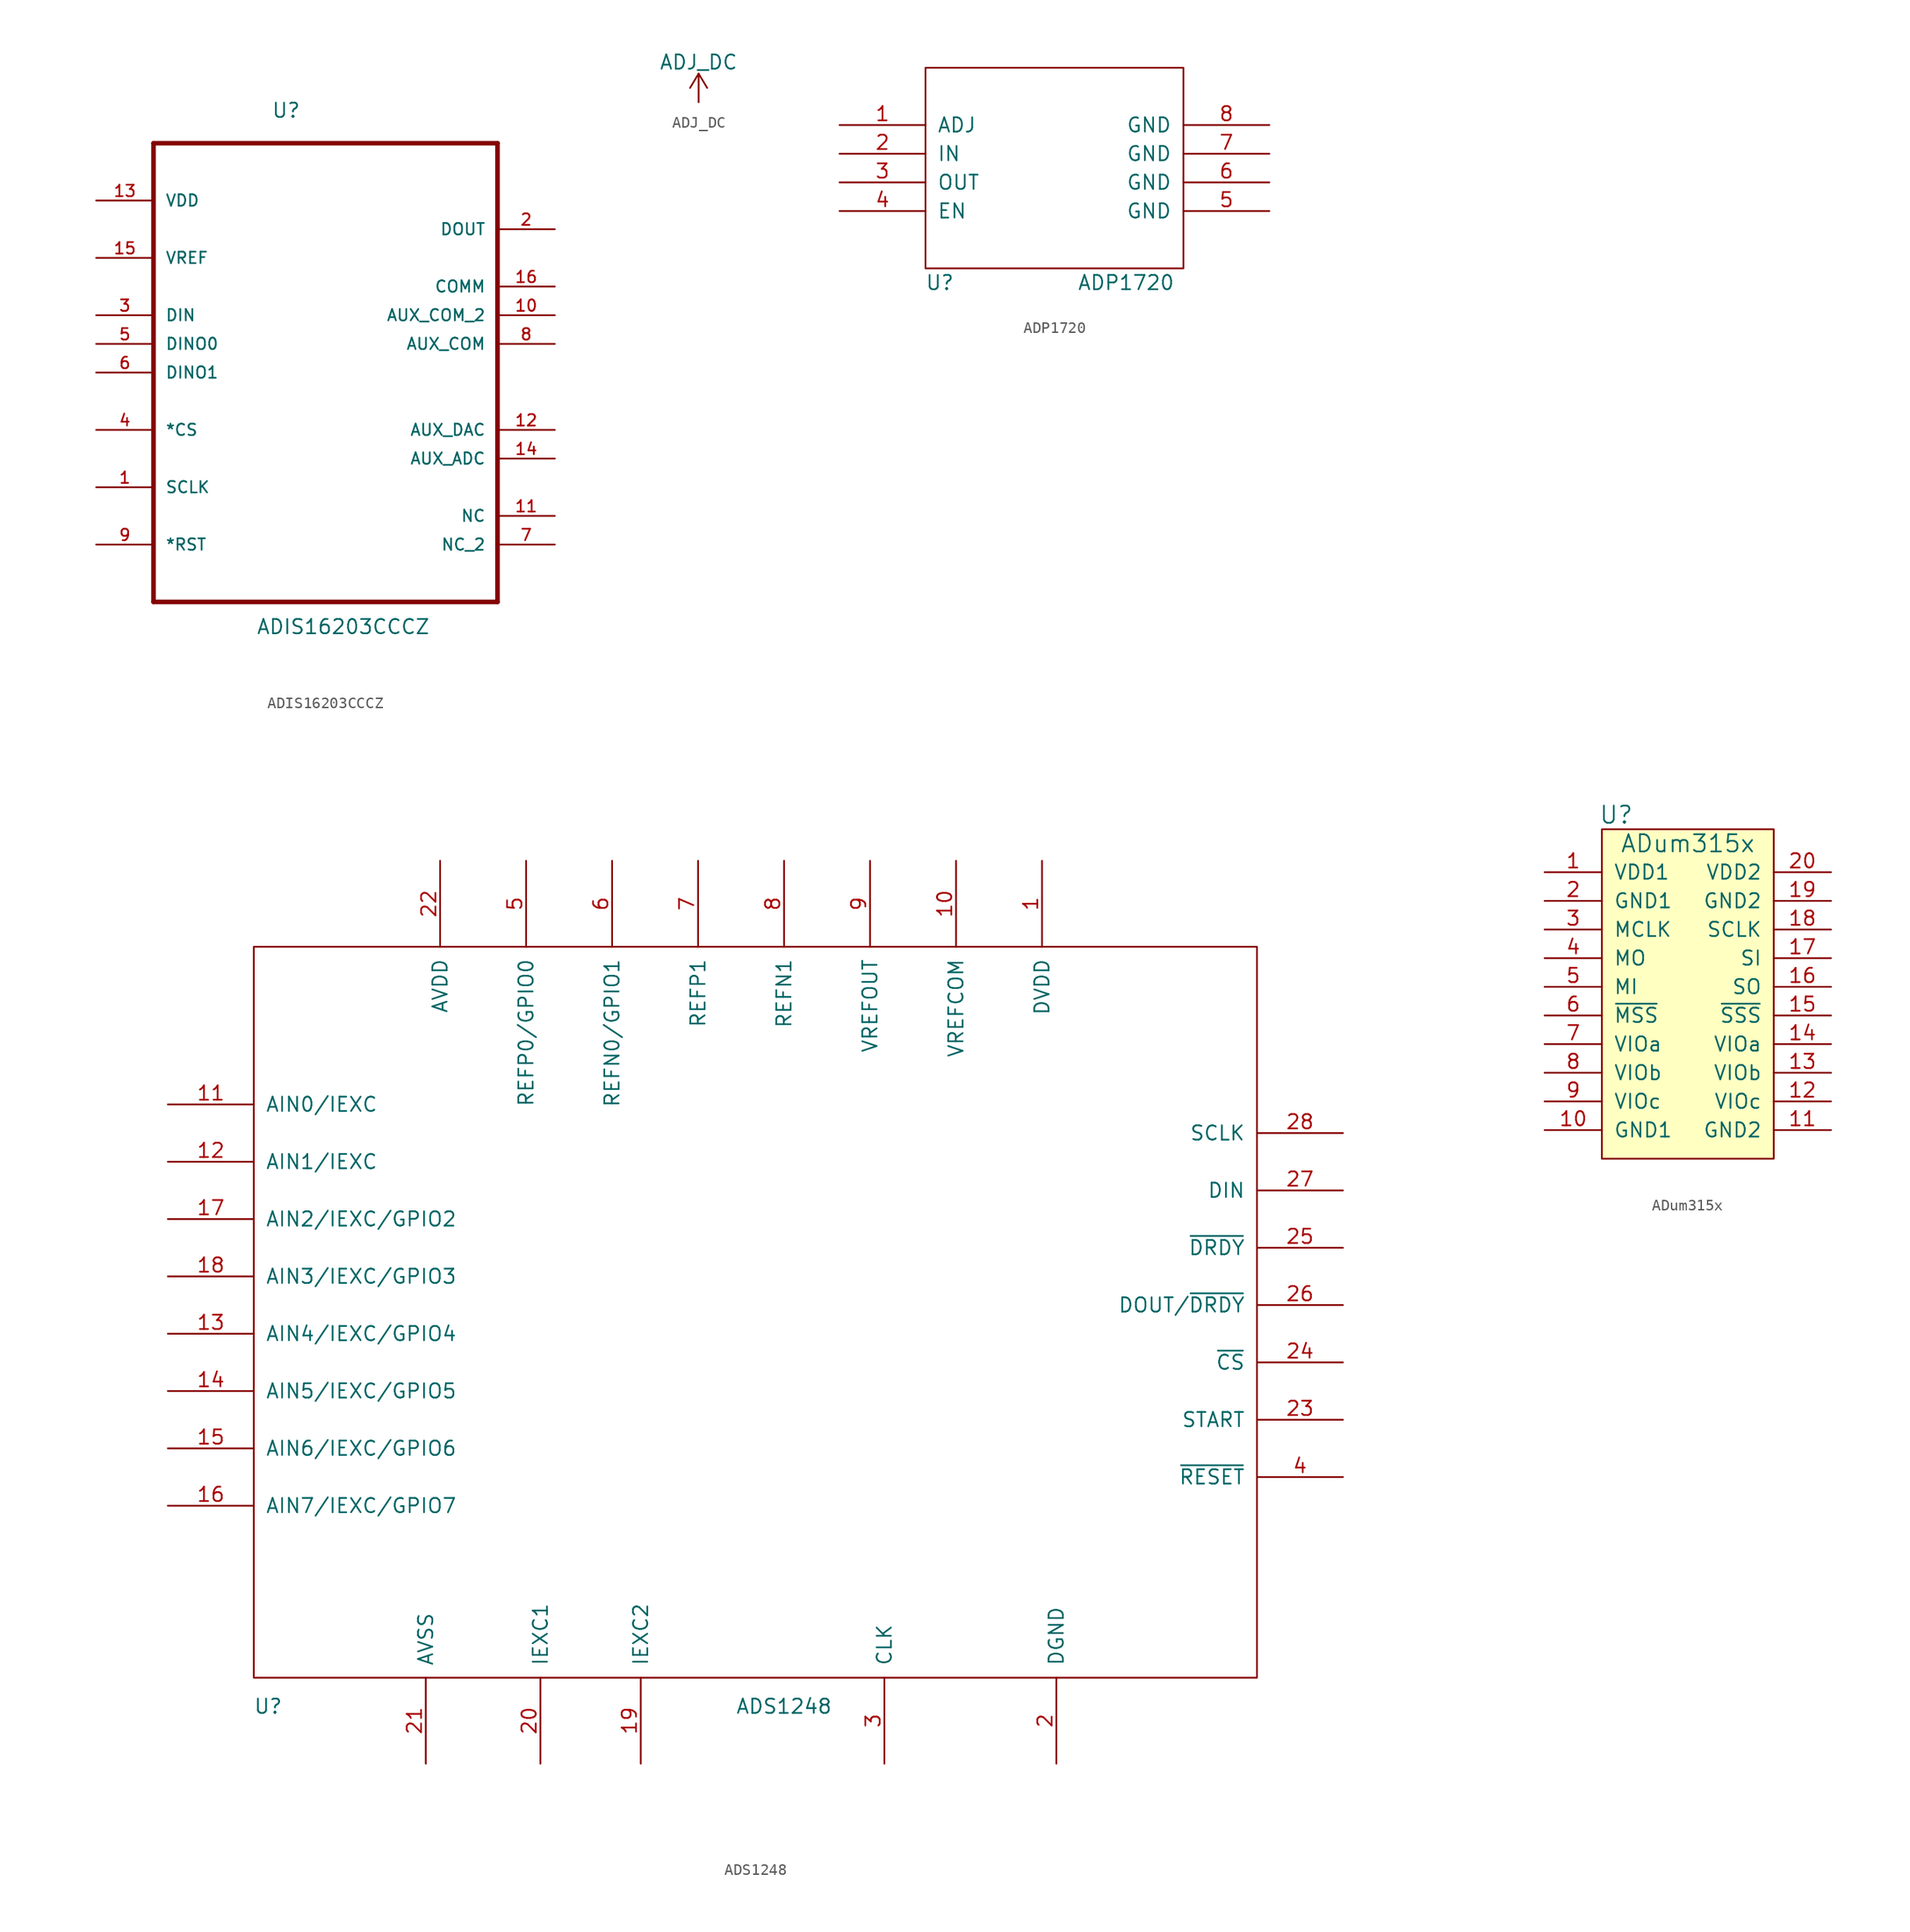
<source format=kicad_sym>
(kicad_symbol_lib
  (version 20211014)
  (generator kicad_symbol_editor)
  (symbol "ADIS16203CCCZ"
    (pin_names
      (offset 1.016))
    (property "Reference" "U"
      (at -4.801 19.939 0)
      (effects (font (size 1.27 1.27)) (justify left bottom)))
    (property "Value" "ADIS16203CCCZ"
      (at -6.147 -25.806 0)
      (effects (font (size 1.27 1.27)) (justify left bottom)))
    (symbol "ADIS16203CCCZ_0_0"
      (polyline (pts (xy -15.24 -22.86) (xy 15.24 -22.86)) (stroke (width 0.406) (type default) (color 0 0 0 0)) (fill (type none)))
      (polyline (pts (xy -15.24 17.78) (xy -15.24 -22.86)) (stroke (width 0.406) (type default) (color 0 0 0 0)) (fill (type none)))
      (polyline (pts (xy 15.24 -22.86) (xy 15.24 17.78)) (stroke (width 0.406) (type default) (color 0 0 0 0)) (fill (type none)))
      (polyline (pts (xy 15.24 17.78) (xy -15.24 17.78)) (stroke (width 0.406) (type default) (color 0 0 0 0)) (fill (type none)))
      (pin passive line (at -20.32 -12.7 0) (length 5.08) (name "SCLK" (effects (font (size 1.016 1.016)))) (number "1" (effects (font (size 1.016 1.016)))))
      (pin passive line (at 20.32 2.54 180) (length 5.08) (name "AUX_COM_2" (effects (font (size 1.016 1.016)))) (number "10" (effects (font (size 1.016 1.016)))))
      (pin passive line (at 20.32 -15.24 180) (length 5.08) (name "NC" (effects (font (size 1.016 1.016)))) (number "11" (effects (font (size 1.016 1.016)))))
      (pin passive line (at 20.32 -7.62 180) (length 5.08) (name "AUX_DAC" (effects (font (size 1.016 1.016)))) (number "12" (effects (font (size 1.016 1.016)))))
      (pin passive line (at -20.32 12.7 0) (length 5.08) (name "VDD" (effects (font (size 1.016 1.016)))) (number "13" (effects (font (size 1.016 1.016)))))
      (pin passive line (at 20.32 -10.16 180) (length 5.08) (name "AUX_ADC" (effects (font (size 1.016 1.016)))) (number "14" (effects (font (size 1.016 1.016)))))
      (pin passive line (at -20.32 7.62 0) (length 5.08) (name "VREF" (effects (font (size 1.016 1.016)))) (number "15" (effects (font (size 1.016 1.016)))))
      (pin passive line (at 20.32 5.08 180) (length 5.08) (name "COMM" (effects (font (size 1.016 1.016)))) (number "16" (effects (font (size 1.016 1.016)))))
      (pin passive line (at 20.32 10.16 180) (length 5.08) (name "DOUT" (effects (font (size 1.016 1.016)))) (number "2" (effects (font (size 1.016 1.016)))))
      (pin passive line (at -20.32 2.54 0) (length 5.08) (name "DIN" (effects (font (size 1.016 1.016)))) (number "3" (effects (font (size 1.016 1.016)))))
      (pin passive line (at -20.32 -7.62 0) (length 5.08) (name "*CS" (effects (font (size 1.016 1.016)))) (number "4" (effects (font (size 1.016 1.016)))))
      (pin passive line (at -20.32 0 0) (length 5.08) (name "DINO0" (effects (font (size 1.016 1.016)))) (number "5" (effects (font (size 1.016 1.016)))))
      (pin passive line (at -20.32 -2.54 0) (length 5.08) (name "DINO1" (effects (font (size 1.016 1.016)))) (number "6" (effects (font (size 1.016 1.016)))))
      (pin passive line (at 20.32 -17.78 180) (length 5.08) (name "NC_2" (effects (font (size 1.016 1.016)))) (number "7" (effects (font (size 1.016 1.016)))))
      (pin passive line (at 20.32 0 180) (length 5.08) (name "AUX_COM" (effects (font (size 1.016 1.016)))) (number "8" (effects (font (size 1.016 1.016)))))
      (pin passive line (at -20.32 -17.78 0) (length 5.08) (name "*RST" (effects (font (size 1.016 1.016)))) (number "9" (effects (font (size 1.016 1.016)))))))
  (symbol "ADJ_DC"
    (power)
    (pin_names
      (offset 0))
    (property "Reference" "#PWR"
      (at 0 -3.81 0)
      (effects (font (size 1.27 1.27)) hide))
    (property "Value" "ADJ_DC"
      (at 0 3.556 0)
      (effects (font (size 1.27 1.27))))
    (property "Footprint" ""
      (at 0 0 0)
      (effects (font (size 1.27 1.27))))
    (property "Datasheet" ""
      (at 0 0 0)
      (effects (font (size 1.27 1.27))))
    (symbol "ADJ_DC_0_1"
      (polyline (pts (xy -0.762 1.27) (xy 0 2.54)) (stroke (width 0) (type default) (color 0 0 0 0)) (fill (type none)))
      (polyline (pts (xy 0 0) (xy 0 2.54)) (stroke (width 0) (type default) (color 0 0 0 0)) (fill (type none)))
      (polyline (pts (xy 0 2.54) (xy 0.762 1.27)) (stroke (width 0) (type default) (color 0 0 0 0)) (fill (type none))))
    (symbol "ADJ_DC_1_1"
      (pin power_in line (at 0 0 90) (length 0) hide (name "ADJ_DC" (effects (font (size 1.27 1.27)))) (number "1" (effects (font (size 1.27 1.27)))))))
  (symbol "ADP1720"
    (pin_names
      (offset 1.016))
    (property "Reference" "U"
      (at -10.16 -10.16 0)
      (effects (font (size 1.27 1.27))))
    (property "Value" "ADP1720"
      (at 6.35 -10.16 0)
      (effects (font (size 1.27 1.27))))
    (symbol "ADP1720_1_0"
      (rectangle (start -11.43 -8.89) (end 11.43 8.89) (stroke (width 0) (type default) (color 0 0 0 0)) (fill (type none))))
    (symbol "ADP1720_1_1"
      (pin input line (at -19.05 3.81 0) (length 7.62) (name "ADJ" (effects (font (size 1.27 1.27)))) (number "1" (effects (font (size 1.27 1.27)))))
      (pin input line (at -19.05 1.27 0) (length 7.62) (name "IN" (effects (font (size 1.27 1.27)))) (number "2" (effects (font (size 1.27 1.27)))))
      (pin input line (at -19.05 -1.27 0) (length 7.62) (name "OUT" (effects (font (size 1.27 1.27)))) (number "3" (effects (font (size 1.27 1.27)))))
      (pin input line (at -19.05 -3.81 0) (length 7.62) (name "EN" (effects (font (size 1.27 1.27)))) (number "4" (effects (font (size 1.27 1.27)))))
      (pin input line (at 19.05 -3.81 180) (length 7.62) (name "GND" (effects (font (size 1.27 1.27)))) (number "5" (effects (font (size 1.27 1.27)))))
      (pin input line (at 19.05 -1.27 180) (length 7.62) (name "GND" (effects (font (size 1.27 1.27)))) (number "6" (effects (font (size 1.27 1.27)))))
      (pin input line (at 19.05 1.27 180) (length 7.62) (name "GND" (effects (font (size 1.27 1.27)))) (number "7" (effects (font (size 1.27 1.27)))))
      (pin input line (at 19.05 3.81 180) (length 7.62) (name "GND" (effects (font (size 1.27 1.27)))) (number "8" (effects (font (size 1.27 1.27)))))))
  (symbol "ADS1248"
    (pin_names
      (offset 1.016))
    (property "Reference" "U"
      (at -41.91 -38.1 0)
      (effects (font (size 1.27 1.27))))
    (property "Value" "ADS1248"
      (at 3.81 -38.1 0)
      (effects (font (size 1.27 1.27))))
    (symbol "ADS1248_1_0"
      (rectangle (start -43.18 -35.56) (end 45.72 29.21) (stroke (width 0) (type default) (color 0 0 0 0)) (fill (type none))))
    (symbol "ADS1248_1_1"
      (pin input line (at 26.67 36.83 270) (length 7.62) (name "DVDD" (effects (font (size 1.27 1.27)))) (number "1" (effects (font (size 1.27 1.27)))))
      (pin input line (at 19.05 36.83 270) (length 7.62) (name "VREFCOM" (effects (font (size 1.27 1.27)))) (number "10" (effects (font (size 1.27 1.27)))))
      (pin input line (at -50.8 15.24 0) (length 7.62) (name "AIN0/IEXC" (effects (font (size 1.27 1.27)))) (number "11" (effects (font (size 1.27 1.27)))))
      (pin input line (at -50.8 10.16 0) (length 7.62) (name "AIN1/IEXC" (effects (font (size 1.27 1.27)))) (number "12" (effects (font (size 1.27 1.27)))))
      (pin input line (at -50.8 -5.08 0) (length 7.62) (name "AIN4/IEXC/GPIO4" (effects (font (size 1.27 1.27)))) (number "13" (effects (font (size 1.27 1.27)))))
      (pin input line (at -50.8 -10.16 0) (length 7.62) (name "AIN5/IEXC/GPIO5" (effects (font (size 1.27 1.27)))) (number "14" (effects (font (size 1.27 1.27)))))
      (pin input line (at -50.8 -15.24 0) (length 7.62) (name "AIN6/IEXC/GPIO6" (effects (font (size 1.27 1.27)))) (number "15" (effects (font (size 1.27 1.27)))))
      (pin input line (at -50.8 -20.32 0) (length 7.62) (name "AIN7/IEXC/GPIO7" (effects (font (size 1.27 1.27)))) (number "16" (effects (font (size 1.27 1.27)))))
      (pin input line (at -50.8 5.08 0) (length 7.62) (name "AIN2/IEXC/GPIO2" (effects (font (size 1.27 1.27)))) (number "17" (effects (font (size 1.27 1.27)))))
      (pin input line (at -50.8 0 0) (length 7.62) (name "AIN3/IEXC/GPIO3" (effects (font (size 1.27 1.27)))) (number "18" (effects (font (size 1.27 1.27)))))
      (pin input line (at -8.89 -43.18 90) (length 7.62) (name "IEXC2" (effects (font (size 1.27 1.27)))) (number "19" (effects (font (size 1.27 1.27)))))
      (pin input line (at 27.94 -43.18 90) (length 7.62) (name "DGND" (effects (font (size 1.27 1.27)))) (number "2" (effects (font (size 1.27 1.27)))))
      (pin input line (at -17.78 -43.18 90) (length 7.62) (name "IEXC1" (effects (font (size 1.27 1.27)))) (number "20" (effects (font (size 1.27 1.27)))))
      (pin input line (at -27.94 -43.18 90) (length 7.62) (name "AVSS" (effects (font (size 1.27 1.27)))) (number "21" (effects (font (size 1.27 1.27)))))
      (pin input line (at -26.67 36.83 270) (length 7.62) (name "AVDD" (effects (font (size 1.27 1.27)))) (number "22" (effects (font (size 1.27 1.27)))))
      (pin input line (at 53.34 -12.7 180) (length 7.62) (name "START" (effects (font (size 1.27 1.27)))) (number "23" (effects (font (size 1.27 1.27)))))
      (pin input line (at 53.34 -7.62 180) (length 7.62) (name "~{CS}" (effects (font (size 1.27 1.27)))) (number "24" (effects (font (size 1.27 1.27)))))
      (pin input line (at 53.34 2.54 180) (length 7.62) (name "~{DRDY}" (effects (font (size 1.27 1.27)))) (number "25" (effects (font (size 1.27 1.27)))))
      (pin input line (at 53.34 -2.54 180) (length 7.62) (name "DOUT/~{DRDY}" (effects (font (size 1.27 1.27)))) (number "26" (effects (font (size 1.27 1.27)))))
      (pin input line (at 53.34 7.62 180) (length 7.62) (name "DIN" (effects (font (size 1.27 1.27)))) (number "27" (effects (font (size 1.27 1.27)))))
      (pin input line (at 53.34 12.7 180) (length 7.62) (name "SCLK" (effects (font (size 1.27 1.27)))) (number "28" (effects (font (size 1.27 1.27)))))
      (pin input line (at 12.7 -43.18 90) (length 7.62) (name "CLK" (effects (font (size 1.27 1.27)))) (number "3" (effects (font (size 1.27 1.27)))))
      (pin input line (at 53.34 -17.78 180) (length 7.62) (name "~{RESET}" (effects (font (size 1.27 1.27)))) (number "4" (effects (font (size 1.27 1.27)))))
      (pin input line (at -19.05 36.83 270) (length 7.62) (name "REFP0/GPIO0" (effects (font (size 1.27 1.27)))) (number "5" (effects (font (size 1.27 1.27)))))
      (pin input line (at -11.43 36.83 270) (length 7.62) (name "REFN0/GPIO1" (effects (font (size 1.27 1.27)))) (number "6" (effects (font (size 1.27 1.27)))))
      (pin input line (at -3.81 36.83 270) (length 7.62) (name "REFP1" (effects (font (size 1.27 1.27)))) (number "7" (effects (font (size 1.27 1.27)))))
      (pin input line (at 3.81 36.83 270) (length 7.62) (name "REFN1" (effects (font (size 1.27 1.27)))) (number "8" (effects (font (size 1.27 1.27)))))
      (pin input line (at 11.43 36.83 270) (length 7.62) (name "VREFOUT" (effects (font (size 1.27 1.27)))) (number "9" (effects (font (size 1.27 1.27)))))))
  (symbol "ADum315x"
    (pin_names
      (offset 1.016))
    (property "Reference" "U"
      (at -6.35 1.27 0)
      (effects (font (size 1.524 1.524))))
    (property "Value" "ADum315x"
      (at 0 -1.27 0)
      (effects (font (size 1.524 1.524))))
    (symbol "ADum315x_0_0"
      (rectangle (start -7.62 0) (end 7.62 -29.21) (stroke (width 0) (type default) (color 0 0 0 0)) (fill (type background))))
    (symbol "ADum315x_1_1"
      (pin input line (at -12.7 -3.81 0) (length 5.08) (name "VDD1" (effects (font (size 1.27 1.27)))) (number "1" (effects (font (size 1.27 1.27)))))
      (pin input line (at -12.7 -26.67 0) (length 5.08) (name "GND1" (effects (font (size 1.27 1.27)))) (number "10" (effects (font (size 1.27 1.27)))))
      (pin input line (at 12.7 -26.67 180) (length 5.08) (name "GND2" (effects (font (size 1.27 1.27)))) (number "11" (effects (font (size 1.27 1.27)))))
      (pin input line (at 12.7 -24.13 180) (length 5.08) (name "VIOc" (effects (font (size 1.27 1.27)))) (number "12" (effects (font (size 1.27 1.27)))))
      (pin input line (at 12.7 -21.59 180) (length 5.08) (name "VIOb" (effects (font (size 1.27 1.27)))) (number "13" (effects (font (size 1.27 1.27)))))
      (pin input line (at 12.7 -19.05 180) (length 5.08) (name "VIOa" (effects (font (size 1.27 1.27)))) (number "14" (effects (font (size 1.27 1.27)))))
      (pin input line (at 12.7 -16.51 180) (length 5.08) (name "~{SSS}" (effects (font (size 1.27 1.27)))) (number "15" (effects (font (size 1.27 1.27)))))
      (pin input line (at 12.7 -13.97 180) (length 5.08) (name "SO" (effects (font (size 1.27 1.27)))) (number "16" (effects (font (size 1.27 1.27)))))
      (pin input line (at 12.7 -11.43 180) (length 5.08) (name "SI" (effects (font (size 1.27 1.27)))) (number "17" (effects (font (size 1.27 1.27)))))
      (pin input line (at 12.7 -8.89 180) (length 5.08) (name "SCLK" (effects (font (size 1.27 1.27)))) (number "18" (effects (font (size 1.27 1.27)))))
      (pin input line (at 12.7 -6.35 180) (length 5.08) (name "GND2" (effects (font (size 1.27 1.27)))) (number "19" (effects (font (size 1.27 1.27)))))
      (pin input line (at -12.7 -6.35 0) (length 5.08) (name "GND1" (effects (font (size 1.27 1.27)))) (number "2" (effects (font (size 1.27 1.27)))))
      (pin input line (at 12.7 -3.81 180) (length 5.08) (name "VDD2" (effects (font (size 1.27 1.27)))) (number "20" (effects (font (size 1.27 1.27)))))
      (pin input line (at -12.7 -8.89 0) (length 5.08) (name "MCLK" (effects (font (size 1.27 1.27)))) (number "3" (effects (font (size 1.27 1.27)))))
      (pin input line (at -12.7 -11.43 0) (length 5.08) (name "MO" (effects (font (size 1.27 1.27)))) (number "4" (effects (font (size 1.27 1.27)))))
      (pin input line (at -12.7 -13.97 0) (length 5.08) (name "MI" (effects (font (size 1.27 1.27)))) (number "5" (effects (font (size 1.27 1.27)))))
      (pin input line (at -12.7 -16.51 0) (length 5.08) (name "~{MSS}" (effects (font (size 1.27 1.27)))) (number "6" (effects (font (size 1.27 1.27)))))
      (pin input line (at -12.7 -19.05 0) (length 5.08) (name "VIOa" (effects (font (size 1.27 1.27)))) (number "7" (effects (font (size 1.27 1.27)))))
      (pin input line (at -12.7 -21.59 0) (length 5.08) (name "VIOb" (effects (font (size 1.27 1.27)))) (number "8" (effects (font (size 1.27 1.27)))))
      (pin input line (at -12.7 -24.13 0) (length 5.08) (name "VIOc" (effects (font (size 1.27 1.27)))) (number "9" (effects (font (size 1.27 1.27))))))))
</source>
